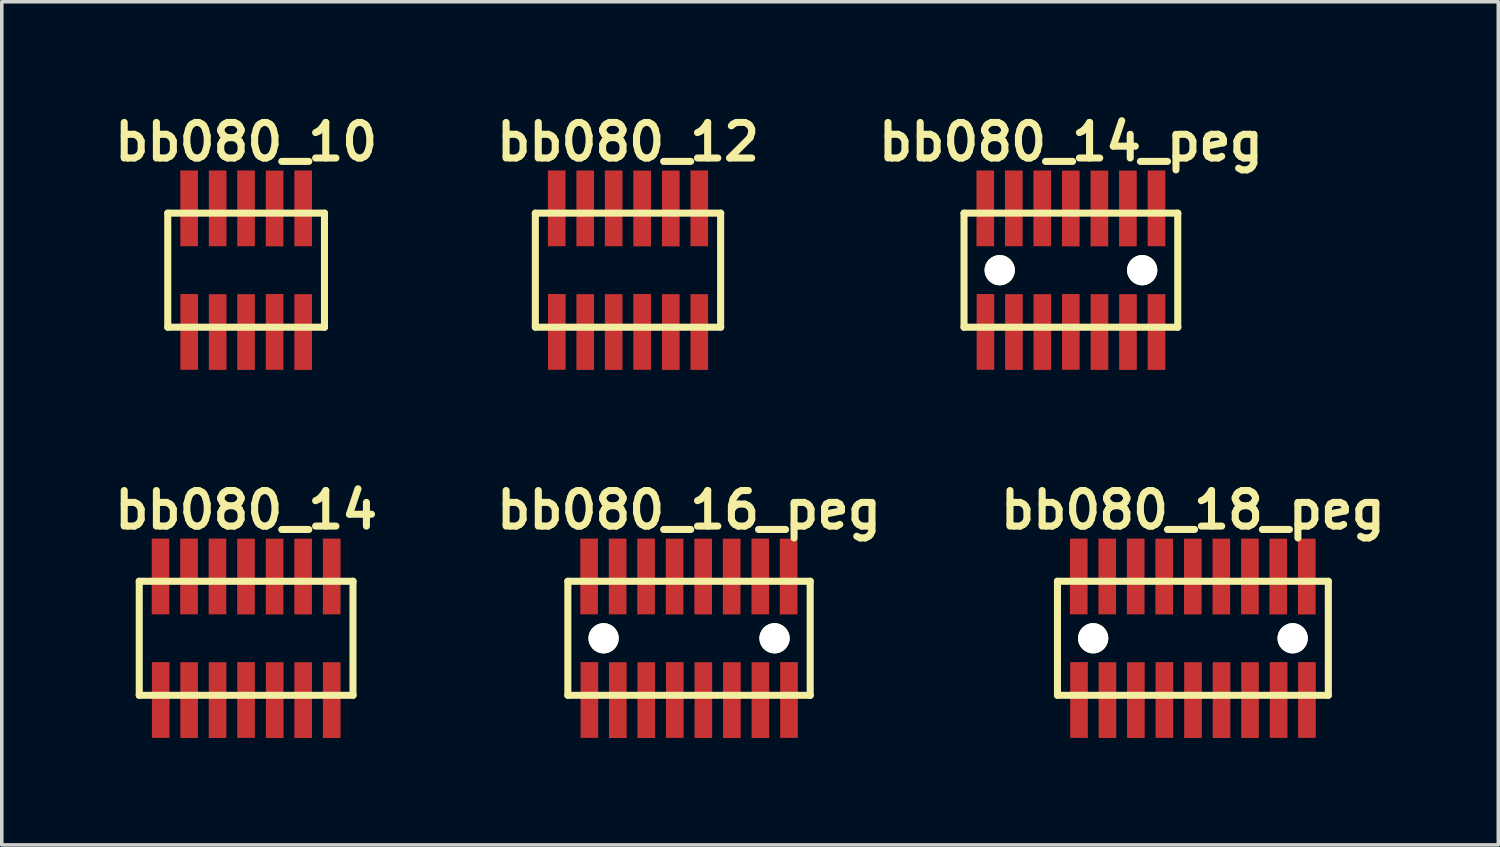
<source format=kicad_pcb>
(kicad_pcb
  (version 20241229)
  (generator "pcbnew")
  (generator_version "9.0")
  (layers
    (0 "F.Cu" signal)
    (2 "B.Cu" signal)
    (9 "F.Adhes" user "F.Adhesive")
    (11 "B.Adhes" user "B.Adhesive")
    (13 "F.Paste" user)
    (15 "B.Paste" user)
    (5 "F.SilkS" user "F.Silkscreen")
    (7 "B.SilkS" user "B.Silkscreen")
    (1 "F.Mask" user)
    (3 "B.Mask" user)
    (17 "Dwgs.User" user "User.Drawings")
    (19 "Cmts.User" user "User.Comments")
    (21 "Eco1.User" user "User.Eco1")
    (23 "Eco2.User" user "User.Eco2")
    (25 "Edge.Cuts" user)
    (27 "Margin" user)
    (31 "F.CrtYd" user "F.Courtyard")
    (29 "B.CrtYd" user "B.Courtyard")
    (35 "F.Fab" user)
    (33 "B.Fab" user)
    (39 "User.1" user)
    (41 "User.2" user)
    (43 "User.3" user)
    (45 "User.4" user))
  (footprint "bb080_18_peg"
    (layer "F.Cu")
    (at 30.421 14.859)
    (property "Reference" "bb080_18_peg" (at 0 -3.599 0) (layer "F.SilkS") (effects (font (size 0.998 0.998) (thickness 0.198))))
    (attr through_hole)
    (fp_line (start -3.8 -1.6) (end -3.8 1.6) (stroke (width 0.198) (type solid)) (layer "F.SilkS"))
    (fp_line (start -3.8 1.6) (end 3.8 1.6) (stroke (width 0.198) (type solid)) (layer "F.SilkS"))
    (fp_line (start 3.8 -1.6) (end -3.8 -1.6) (stroke (width 0.198) (type solid)) (layer "F.SilkS"))
    (fp_line (start 3.8 1.6) (end 3.8 -1.6) (stroke (width 0.198) (type solid)) (layer "F.SilkS"))
    (pad "" np_thru_hole circle (at -2.799 0) (size 0.848 0.848) (drill 0.848) (layers "*.Cu" "*.Mask" "F.SilkS"))
    (pad "" np_thru_hole circle (at 2.799 0) (size 0.848 0.848) (drill 0.848) (layers "*.Cu" "*.Mask" "F.SilkS"))
    (pad "1" smd rect (at -3.195 1.732) (size 0.495 2.126) (layers "F.Cu" "F.Mask" "F.Paste"))
    (pad "2" smd rect (at -3.203 -1.735) (size 0.495 2.126) (layers "F.Cu" "F.Mask" "F.Paste"))
    (pad "3" smd rect (at -2.398 1.735) (size 0.495 2.126) (layers "F.Cu" "F.Mask" "F.Paste"))
    (pad "4" smd rect (at -2.403 -1.735) (size 0.495 2.126) (layers "F.Cu" "F.Mask" "F.Paste"))
    (pad "5" smd rect (at -1.6 1.735) (size 0.495 2.126) (layers "F.Cu" "F.Mask" "F.Paste"))
    (pad "6" smd rect (at -1.605 -1.735) (size 0.495 2.126) (layers "F.Cu" "F.Mask" "F.Paste"))
    (pad "7" smd rect (at -0.8 1.732) (size 0.495 2.126) (layers "F.Cu" "F.Mask" "F.Paste"))
    (pad "8" smd rect (at -0.805 -1.732) (size 0.495 2.126) (layers "F.Cu" "F.Mask" "F.Paste"))
    (pad "9" smd rect (at 0.003 1.735) (size 0.495 2.126) (layers "F.Cu" "F.Mask" "F.Paste"))
    (pad "10" smd rect (at -0.003 -1.732) (size 0.495 2.126) (layers "F.Cu" "F.Mask" "F.Paste"))
    (pad "11" smd rect (at 0.803 1.735) (size 0.495 2.126) (layers "F.Cu" "F.Mask" "F.Paste"))
    (pad "12" smd rect (at 0.798 -1.732) (size 0.495 2.126) (layers "F.Cu" "F.Mask" "F.Paste"))
    (pad "13" smd rect (at 1.603 1.735) (size 0.495 2.126) (layers "F.Cu" "F.Mask" "F.Paste"))
    (pad "14" smd rect (at 1.6 -1.735) (size 0.495 2.126) (layers "F.Cu" "F.Mask" "F.Paste"))
    (pad "15" smd rect (at 2.405 1.732) (size 0.495 2.126) (layers "F.Cu" "F.Mask" "F.Paste"))
    (pad "16" smd rect (at 2.395 -1.732) (size 0.495 2.126) (layers "F.Cu" "F.Mask" "F.Paste"))
    (pad "17" smd rect (at 3.2 1.732) (size 0.495 2.126) (layers "F.Cu" "F.Mask" "F.Paste"))
    (pad "18" smd rect (at 3.195 -1.732) (size 0.495 2.126) (layers "F.Cu" "F.Mask" "F.Paste")))
  (footprint "bb080_16_peg"
    (layer "F.Cu")
    (at 16.284 14.859)
    (property "Reference" "bb080_16_peg" (at 0 -3.599 0) (layer "F.SilkS") (effects (font (size 0.998 0.998) (thickness 0.198))))
    (attr through_hole)
    (fp_line (start -3.401 -1.6) (end -3.401 1.6) (stroke (width 0.198) (type solid)) (layer "F.SilkS"))
    (fp_line (start -3.401 1.6) (end 3.401 1.6) (stroke (width 0.198) (type solid)) (layer "F.SilkS"))
    (fp_line (start 3.399 1.6) (end 3.399 -1.6) (stroke (width 0.198) (type solid)) (layer "F.SilkS"))
    (fp_line (start 3.401 -1.6) (end -3.401 -1.6) (stroke (width 0.198) (type solid)) (layer "F.SilkS"))
    (pad "" np_thru_hole circle (at -2.398 0) (size 0.848 0.848) (drill 0.848) (layers "*.Cu" "*.Mask" "F.SilkS"))
    (pad "" np_thru_hole circle (at 2.398 0) (size 0.848 0.848) (drill 0.848) (layers "*.Cu" "*.Mask" "F.SilkS"))
    (pad "1" smd rect (at -2.797 1.732) (size 0.495 2.126) (layers "F.Cu" "F.Mask" "F.Paste"))
    (pad "2" smd rect (at -2.804 -1.735) (size 0.495 2.126) (layers "F.Cu" "F.Mask" "F.Paste"))
    (pad "3" smd rect (at -1.999 1.735) (size 0.495 2.126) (layers "F.Cu" "F.Mask" "F.Paste"))
    (pad "4" smd rect (at -2.004 -1.735) (size 0.495 2.126) (layers "F.Cu" "F.Mask" "F.Paste"))
    (pad "5" smd rect (at -1.201 1.735) (size 0.495 2.126) (layers "F.Cu" "F.Mask" "F.Paste"))
    (pad "6" smd rect (at -1.206 -1.735) (size 0.495 2.126) (layers "F.Cu" "F.Mask" "F.Paste"))
    (pad "7" smd rect (at -0.401 1.732) (size 0.495 2.126) (layers "F.Cu" "F.Mask" "F.Paste"))
    (pad "8" smd rect (at -0.406 -1.732) (size 0.495 2.126) (layers "F.Cu" "F.Mask" "F.Paste"))
    (pad "9" smd rect (at 0.401 1.735) (size 0.495 2.126) (layers "F.Cu" "F.Mask" "F.Paste"))
    (pad "10" smd rect (at 0.396 -1.732) (size 0.495 2.126) (layers "F.Cu" "F.Mask" "F.Paste"))
    (pad "11" smd rect (at 1.201 1.735) (size 0.495 2.126) (layers "F.Cu" "F.Mask" "F.Paste"))
    (pad "12" smd rect (at 1.196 -1.732) (size 0.495 2.126) (layers "F.Cu" "F.Mask" "F.Paste"))
    (pad "13" smd rect (at 2.002 1.735) (size 0.495 2.126) (layers "F.Cu" "F.Mask" "F.Paste"))
    (pad "14" smd rect (at 1.999 -1.735) (size 0.495 2.126) (layers "F.Cu" "F.Mask" "F.Paste"))
    (pad "15" smd rect (at 2.804 1.732) (size 0.495 2.126) (layers "F.Cu" "F.Mask" "F.Paste"))
    (pad "16" smd rect (at 2.794 -1.732) (size 0.495 2.126) (layers "F.Cu" "F.Mask" "F.Paste")))
  (footprint "bb080_12"
    (layer "F.Cu")
    (at 14.572 4.531)
    (property "Reference" "bb080_12" (at 0 -3.599 0) (layer "F.SilkS") (effects (font (size 0.998 0.998) (thickness 0.198))))
    (attr through_hole)
    (fp_line (start -2.601 -1.6) (end -2.601 1.6) (stroke (width 0.198) (type solid)) (layer "F.SilkS"))
    (fp_line (start -2.601 1.6) (end 2.601 1.6) (stroke (width 0.198) (type solid)) (layer "F.SilkS"))
    (fp_line (start 2.598 1.6) (end 2.598 -1.6) (stroke (width 0.198) (type solid)) (layer "F.SilkS"))
    (fp_line (start 2.601 -1.6) (end -2.601 -1.6) (stroke (width 0.198) (type solid)) (layer "F.SilkS"))
    (pad "1" smd rect (at -1.999 1.732) (size 0.495 2.126) (layers "F.Cu" "F.Mask" "F.Paste"))
    (pad "2" smd rect (at -2.002 -1.735) (size 0.495 2.126) (layers "F.Cu" "F.Mask" "F.Paste"))
    (pad "3" smd rect (at -1.201 1.735) (size 0.495 2.126) (layers "F.Cu" "F.Mask" "F.Paste"))
    (pad "4" smd rect (at -1.201 -1.735) (size 0.495 2.126) (layers "F.Cu" "F.Mask" "F.Paste"))
    (pad "5" smd rect (at -0.404 1.735) (size 0.495 2.126) (layers "F.Cu" "F.Mask" "F.Paste"))
    (pad "6" smd rect (at -0.404 -1.735) (size 0.495 2.126) (layers "F.Cu" "F.Mask" "F.Paste"))
    (pad "7" smd rect (at 0.396 1.732) (size 0.495 2.126) (layers "F.Cu" "F.Mask" "F.Paste"))
    (pad "8" smd rect (at 0.396 -1.732) (size 0.495 2.126) (layers "F.Cu" "F.Mask" "F.Paste"))
    (pad "9" smd rect (at 1.199 1.735) (size 0.495 2.126) (layers "F.Cu" "F.Mask" "F.Paste"))
    (pad "10" smd rect (at 1.199 -1.732) (size 0.495 2.126) (layers "F.Cu" "F.Mask" "F.Paste"))
    (pad "11" smd rect (at 1.999 1.735) (size 0.495 2.126) (layers "F.Cu" "F.Mask" "F.Paste"))
    (pad "12" smd rect (at 1.999 -1.735) (size 0.495 2.126) (layers "F.Cu" "F.Mask" "F.Paste")))
  (footprint "bb080_14"
    (layer "F.Cu")
    (at 3.857 14.859)
    (property "Reference" "bb080_14" (at 0 -3.599 0) (layer "F.SilkS") (effects (font (size 0.998 0.998) (thickness 0.198))))
    (attr through_hole)
    (fp_line (start -3 -1.6) (end -3 1.6) (stroke (width 0.198) (type solid)) (layer "F.SilkS"))
    (fp_line (start -3 1.6) (end 3 1.6) (stroke (width 0.198) (type solid)) (layer "F.SilkS"))
    (fp_line (start 2.997 1.6) (end 2.997 -1.6) (stroke (width 0.198) (type solid)) (layer "F.SilkS"))
    (fp_line (start 3 -1.6) (end -3 -1.6) (stroke (width 0.198) (type solid)) (layer "F.SilkS"))
    (pad "1" smd rect (at -2.398 1.732) (size 0.495 2.126) (layers "F.Cu" "F.Mask" "F.Paste"))
    (pad "2" smd rect (at -2.403 -1.735) (size 0.495 2.126) (layers "F.Cu" "F.Mask" "F.Paste"))
    (pad "3" smd rect (at -1.6 1.735) (size 0.495 2.126) (layers "F.Cu" "F.Mask" "F.Paste"))
    (pad "4" smd rect (at -1.603 -1.735) (size 0.495 2.126) (layers "F.Cu" "F.Mask" "F.Paste"))
    (pad "5" smd rect (at -0.803 1.735) (size 0.495 2.126) (layers "F.Cu" "F.Mask" "F.Paste"))
    (pad "6" smd rect (at -0.805 -1.735) (size 0.495 2.126) (layers "F.Cu" "F.Mask" "F.Paste"))
    (pad "7" smd rect (at -0.003 1.732) (size 0.495 2.126) (layers "F.Cu" "F.Mask" "F.Paste"))
    (pad "8" smd rect (at -0.005 -1.732) (size 0.495 2.126) (layers "F.Cu" "F.Mask" "F.Paste"))
    (pad "9" smd rect (at 0.8 1.735) (size 0.495 2.126) (layers "F.Cu" "F.Mask" "F.Paste"))
    (pad "10" smd rect (at 0.798 -1.732) (size 0.495 2.126) (layers "F.Cu" "F.Mask" "F.Paste"))
    (pad "11" smd rect (at 1.6 1.735) (size 0.495 2.126) (layers "F.Cu" "F.Mask" "F.Paste"))
    (pad "12" smd rect (at 1.598 -1.732) (size 0.495 2.126) (layers "F.Cu" "F.Mask" "F.Paste"))
    (pad "13" smd rect (at 2.4 1.735) (size 0.495 2.126) (layers "F.Cu" "F.Mask" "F.Paste"))
    (pad "14" smd rect (at 2.4 -1.735) (size 0.495 2.126) (layers "F.Cu" "F.Mask" "F.Paste")))
  (footprint "bb080_14_peg"
    (layer "F.Cu")
    (at 26.999 4.531)
    (property "Reference" "bb080_14_peg" (at 0 -3.599 0) (layer "F.SilkS") (effects (font (size 0.998 0.998) (thickness 0.198))))
    (attr through_hole)
    (fp_line (start -3 -1.6) (end -3 1.6) (stroke (width 0.198) (type solid)) (layer "F.SilkS"))
    (fp_line (start -3 1.6) (end 3 1.6) (stroke (width 0.198) (type solid)) (layer "F.SilkS"))
    (fp_line (start 2.997 1.6) (end 2.997 -1.6) (stroke (width 0.198) (type solid)) (layer "F.SilkS"))
    (fp_line (start 3 -1.6) (end -3 -1.6) (stroke (width 0.198) (type solid)) (layer "F.SilkS"))
    (pad "" np_thru_hole circle (at -1.999 0) (size 0.848 0.848) (drill 0.848) (layers "*.Cu" "*.Mask" "F.SilkS"))
    (pad "" np_thru_hole circle (at 1.999 0) (size 0.848 0.848) (drill 0.848) (layers "*.Cu" "*.Mask" "F.SilkS"))
    (pad "1" smd rect (at -2.398 1.732) (size 0.495 2.126) (layers "F.Cu" "F.Mask" "F.Paste"))
    (pad "2" smd rect (at -2.403 -1.735) (size 0.495 2.126) (layers "F.Cu" "F.Mask" "F.Paste"))
    (pad "3" smd rect (at -1.6 1.735) (size 0.495 2.126) (layers "F.Cu" "F.Mask" "F.Paste"))
    (pad "4" smd rect (at -1.603 -1.735) (size 0.495 2.126) (layers "F.Cu" "F.Mask" "F.Paste"))
    (pad "5" smd rect (at -0.803 1.735) (size 0.495 2.126) (layers "F.Cu" "F.Mask" "F.Paste"))
    (pad "6" smd rect (at -0.805 -1.735) (size 0.495 2.126) (layers "F.Cu" "F.Mask" "F.Paste"))
    (pad "7" smd rect (at -0.003 1.732) (size 0.495 2.126) (layers "F.Cu" "F.Mask" "F.Paste"))
    (pad "8" smd rect (at -0.005 -1.732) (size 0.495 2.126) (layers "F.Cu" "F.Mask" "F.Paste"))
    (pad "9" smd rect (at 0.8 1.735) (size 0.495 2.126) (layers "F.Cu" "F.Mask" "F.Paste"))
    (pad "10" smd rect (at 0.798 -1.732) (size 0.495 2.126) (layers "F.Cu" "F.Mask" "F.Paste"))
    (pad "11" smd rect (at 1.6 1.735) (size 0.495 2.126) (layers "F.Cu" "F.Mask" "F.Paste"))
    (pad "12" smd rect (at 1.598 -1.732) (size 0.495 2.126) (layers "F.Cu" "F.Mask" "F.Paste"))
    (pad "13" smd rect (at 2.4 1.735) (size 0.495 2.126) (layers "F.Cu" "F.Mask" "F.Paste"))
    (pad "14" smd rect (at 2.4 -1.735) (size 0.495 2.126) (layers "F.Cu" "F.Mask" "F.Paste")))
  (footprint "bb080_10"
    (layer "F.Cu")
    (at 3.857 4.531)
    (property "Reference" "bb080_10" (at 0 -3.599 0) (layer "F.SilkS") (effects (font (size 0.998 0.998) (thickness 0.198))))
    (attr through_hole)
    (fp_line (start -2.2 -1.6) (end -2.2 1.6) (stroke (width 0.198) (type solid)) (layer "F.SilkS"))
    (fp_line (start -2.2 -1.6) (end 2.2 -1.6) (stroke (width 0.198) (type solid)) (layer "F.SilkS"))
    (fp_line (start 2.197 1.6) (end 2.197 -1.6) (stroke (width 0.198) (type solid)) (layer "F.SilkS"))
    (fp_line (start 2.2 1.6) (end -2.2 1.6) (stroke (width 0.198) (type solid)) (layer "F.SilkS"))
    (pad "1" smd rect (at -1.598 1.732) (size 0.495 2.126) (layers "F.Cu" "F.Mask" "F.Paste"))
    (pad "2" smd rect (at -1.6 -1.735) (size 0.495 2.126) (layers "F.Cu" "F.Mask" "F.Paste"))
    (pad "3" smd rect (at -0.8 1.735) (size 0.495 2.126) (layers "F.Cu" "F.Mask" "F.Paste"))
    (pad "4" smd rect (at -0.8 -1.735) (size 0.495 2.126) (layers "F.Cu" "F.Mask" "F.Paste"))
    (pad "5" smd rect (at -0.003 1.735) (size 0.495 2.126) (layers "F.Cu" "F.Mask" "F.Paste"))
    (pad "6" smd rect (at -0.003 -1.735) (size 0.495 2.126) (layers "F.Cu" "F.Mask" "F.Paste"))
    (pad "7" smd rect (at 0.798 1.732) (size 0.495 2.126) (layers "F.Cu" "F.Mask" "F.Paste"))
    (pad "8" smd rect (at 0.798 -1.732) (size 0.495 2.126) (layers "F.Cu" "F.Mask" "F.Paste"))
    (pad "9" smd rect (at 1.6 1.735) (size 0.495 2.126) (layers "F.Cu" "F.Mask" "F.Paste"))
    (pad "10" smd rect (at 1.6 -1.735) (size 0.495 2.126) (layers "F.Cu" "F.Mask" "F.Paste")))
  (gr_rect
    (start -3 -3)
    (end 38.99 20.657)
    (stroke (width 0.1) (type default))
    (fill no)
    (layer "Edge.Cuts")))
</source>
